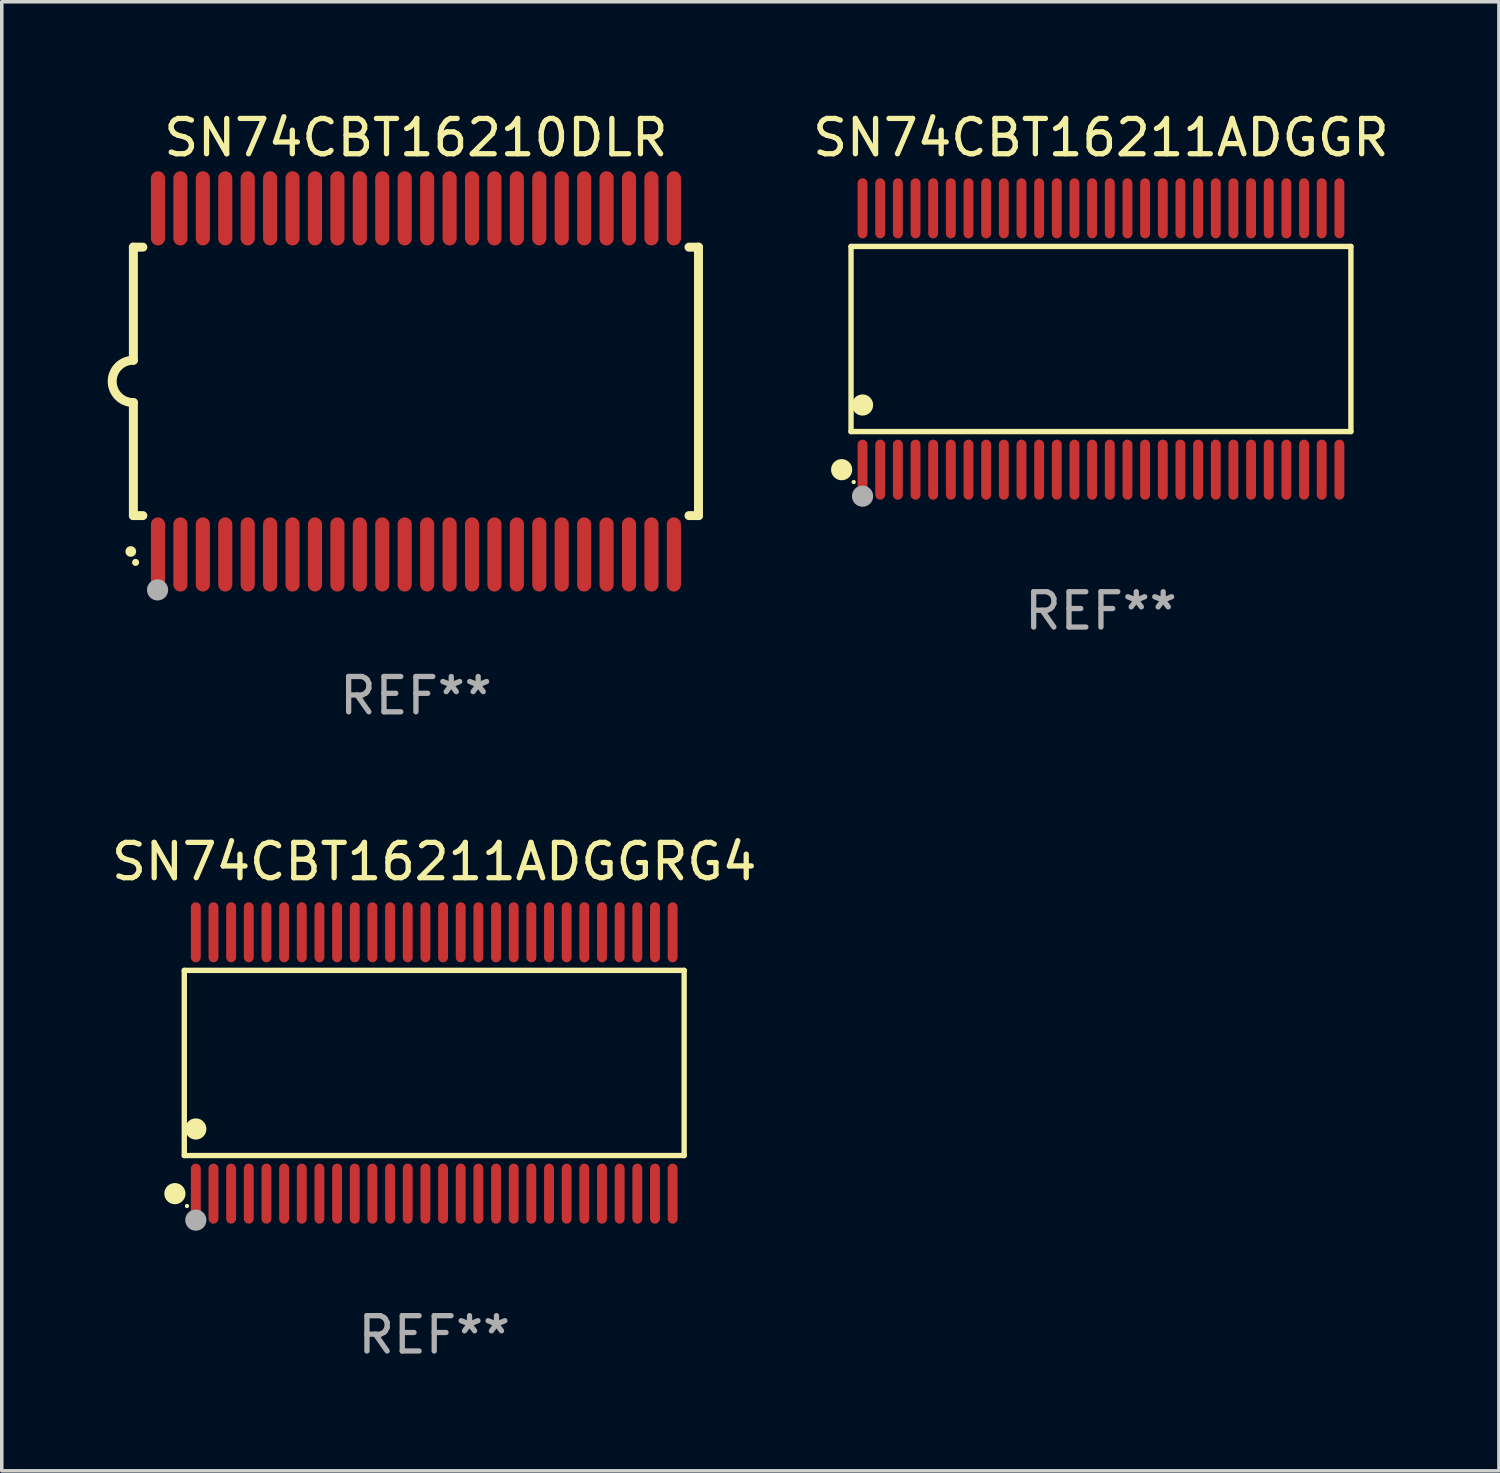
<source format=kicad_pcb>
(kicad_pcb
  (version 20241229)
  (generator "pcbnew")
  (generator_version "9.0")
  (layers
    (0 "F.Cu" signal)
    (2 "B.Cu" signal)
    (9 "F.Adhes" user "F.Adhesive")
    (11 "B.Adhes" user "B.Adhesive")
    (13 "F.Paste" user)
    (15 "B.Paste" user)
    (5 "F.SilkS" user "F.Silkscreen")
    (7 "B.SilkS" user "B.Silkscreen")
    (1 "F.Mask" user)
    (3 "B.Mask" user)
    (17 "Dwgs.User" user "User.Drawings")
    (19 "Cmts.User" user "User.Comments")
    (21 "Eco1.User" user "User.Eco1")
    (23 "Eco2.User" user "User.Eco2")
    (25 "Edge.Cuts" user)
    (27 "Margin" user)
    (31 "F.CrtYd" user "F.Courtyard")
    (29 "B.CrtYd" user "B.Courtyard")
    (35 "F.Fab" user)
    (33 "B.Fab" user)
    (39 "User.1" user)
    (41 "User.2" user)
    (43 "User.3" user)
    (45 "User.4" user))
  (footprint "SN74CBT16211ADGGRG4"
    (layer "F.Cu")
    (at 9.244 27.045)
    (property "Reference" "SN74CBT16211ADGGRG4" (at 0 -5.7 0) (layer "F.SilkS") (effects (font (size 1 1) (thickness 0.15))))
    (attr through_hole)
    (fp_line (start -7.076 -2.621) (end 7.076 -2.621) (stroke (width 0.152) (type solid)) (layer "F.SilkS"))
    (fp_line (start -7.076 2.621) (end -7.076 -2.621) (stroke (width 0.152) (type solid)) (layer "F.SilkS"))
    (fp_line (start 7.076 -2.621) (end 7.076 2.621) (stroke (width 0.152) (type solid)) (layer "F.SilkS"))
    (fp_line (start 7.076 2.621) (end -7.076 2.621) (stroke (width 0.152) (type solid)) (layer "F.SilkS"))
    (fp_circle (center -7.342 3.7) (end -7.192 3.7) (stroke (width 0.3) (type solid)) (fill no) (layer "F.SilkS"))
    (fp_circle (center -7 4.05) (end -6.97 4.05) (stroke (width 0.06) (type solid)) (fill no) (layer "F.SilkS"))
    (fp_circle (center -6.75 1.869) (end -6.6 1.869) (stroke (width 0.3) (type solid)) (fill no) (layer "F.SilkS"))
    (fp_circle (center -6.75 4.45) (end -6.6 4.45) (stroke (width 0.3) (type solid)) (fill no) (layer "F.Fab"))
    (fp_text user "REF**" (at 0 7.7 0) (layer "F.Fab") (effects (font (size 1 1) (thickness 0.15))))
    (pad "1" smd oval (at -6.75 3.7) (size 0.28 1.7) (layers "F.Cu" "F.Mask" "F.Paste"))
    (pad "2" smd oval (at -6.25 3.7) (size 0.28 1.7) (layers "F.Cu" "F.Mask" "F.Paste"))
    (pad "3" smd oval (at -5.75 3.7) (size 0.28 1.7) (layers "F.Cu" "F.Mask" "F.Paste"))
    (pad "4" smd oval (at -5.25 3.7) (size 0.28 1.7) (layers "F.Cu" "F.Mask" "F.Paste"))
    (pad "5" smd oval (at -4.75 3.7) (size 0.28 1.7) (layers "F.Cu" "F.Mask" "F.Paste"))
    (pad "6" smd oval (at -4.25 3.7) (size 0.28 1.7) (layers "F.Cu" "F.Mask" "F.Paste"))
    (pad "7" smd oval (at -3.75 3.7) (size 0.28 1.7) (layers "F.Cu" "F.Mask" "F.Paste"))
    (pad "8" smd oval (at -3.25 3.7) (size 0.28 1.7) (layers "F.Cu" "F.Mask" "F.Paste"))
    (pad "9" smd oval (at -2.75 3.7) (size 0.28 1.7) (layers "F.Cu" "F.Mask" "F.Paste"))
    (pad "10" smd oval (at -2.25 3.7) (size 0.28 1.7) (layers "F.Cu" "F.Mask" "F.Paste"))
    (pad "11" smd oval (at -1.75 3.7) (size 0.28 1.7) (layers "F.Cu" "F.Mask" "F.Paste"))
    (pad "12" smd oval (at -1.25 3.7) (size 0.28 1.7) (layers "F.Cu" "F.Mask" "F.Paste"))
    (pad "13" smd oval (at -0.75 3.7) (size 0.28 1.7) (layers "F.Cu" "F.Mask" "F.Paste"))
    (pad "14" smd oval (at -0.25 3.7) (size 0.28 1.7) (layers "F.Cu" "F.Mask" "F.Paste"))
    (pad "15" smd oval (at 0.25 3.7) (size 0.28 1.7) (layers "F.Cu" "F.Mask" "F.Paste"))
    (pad "16" smd oval (at 0.75 3.7) (size 0.28 1.7) (layers "F.Cu" "F.Mask" "F.Paste"))
    (pad "17" smd oval (at 1.25 3.7) (size 0.28 1.7) (layers "F.Cu" "F.Mask" "F.Paste"))
    (pad "18" smd oval (at 1.75 3.7) (size 0.28 1.7) (layers "F.Cu" "F.Mask" "F.Paste"))
    (pad "19" smd oval (at 2.25 3.7) (size 0.28 1.7) (layers "F.Cu" "F.Mask" "F.Paste"))
    (pad "20" smd oval (at 2.75 3.7) (size 0.28 1.7) (layers "F.Cu" "F.Mask" "F.Paste"))
    (pad "21" smd oval (at 3.25 3.7) (size 0.28 1.7) (layers "F.Cu" "F.Mask" "F.Paste"))
    (pad "22" smd oval (at 3.75 3.7) (size 0.28 1.7) (layers "F.Cu" "F.Mask" "F.Paste"))
    (pad "23" smd oval (at 4.25 3.7) (size 0.28 1.7) (layers "F.Cu" "F.Mask" "F.Paste"))
    (pad "24" smd oval (at 4.75 3.7) (size 0.28 1.7) (layers "F.Cu" "F.Mask" "F.Paste"))
    (pad "25" smd oval (at 5.25 3.7) (size 0.28 1.7) (layers "F.Cu" "F.Mask" "F.Paste"))
    (pad "26" smd oval (at 5.75 3.7) (size 0.28 1.7) (layers "F.Cu" "F.Mask" "F.Paste"))
    (pad "27" smd oval (at 6.25 3.7) (size 0.28 1.7) (layers "F.Cu" "F.Mask" "F.Paste"))
    (pad "28" smd oval (at 6.75 3.7) (size 0.28 1.7) (layers "F.Cu" "F.Mask" "F.Paste"))
    (pad "29" smd oval (at 6.75 -3.7) (size 0.28 1.7) (layers "F.Cu" "F.Mask" "F.Paste"))
    (pad "30" smd oval (at 6.25 -3.7) (size 0.28 1.7) (layers "F.Cu" "F.Mask" "F.Paste"))
    (pad "31" smd oval (at 5.75 -3.7) (size 0.28 1.7) (layers "F.Cu" "F.Mask" "F.Paste"))
    (pad "32" smd oval (at 5.25 -3.7) (size 0.28 1.7) (layers "F.Cu" "F.Mask" "F.Paste"))
    (pad "33" smd oval (at 4.75 -3.7) (size 0.28 1.7) (layers "F.Cu" "F.Mask" "F.Paste"))
    (pad "34" smd oval (at 4.25 -3.7) (size 0.28 1.7) (layers "F.Cu" "F.Mask" "F.Paste"))
    (pad "35" smd oval (at 3.75 -3.7) (size 0.28 1.7) (layers "F.Cu" "F.Mask" "F.Paste"))
    (pad "36" smd oval (at 3.25 -3.7) (size 0.28 1.7) (layers "F.Cu" "F.Mask" "F.Paste"))
    (pad "37" smd oval (at 2.75 -3.7) (size 0.28 1.7) (layers "F.Cu" "F.Mask" "F.Paste"))
    (pad "38" smd oval (at 2.25 -3.7) (size 0.28 1.7) (layers "F.Cu" "F.Mask" "F.Paste"))
    (pad "39" smd oval (at 1.75 -3.7) (size 0.28 1.7) (layers "F.Cu" "F.Mask" "F.Paste"))
    (pad "40" smd oval (at 1.25 -3.7) (size 0.28 1.7) (layers "F.Cu" "F.Mask" "F.Paste"))
    (pad "41" smd oval (at 0.75 -3.7) (size 0.28 1.7) (layers "F.Cu" "F.Mask" "F.Paste"))
    (pad "42" smd oval (at 0.25 -3.7) (size 0.28 1.7) (layers "F.Cu" "F.Mask" "F.Paste"))
    (pad "43" smd oval (at -0.25 -3.7) (size 0.28 1.7) (layers "F.Cu" "F.Mask" "F.Paste"))
    (pad "44" smd oval (at -0.75 -3.7) (size 0.28 1.7) (layers "F.Cu" "F.Mask" "F.Paste"))
    (pad "45" smd oval (at -1.25 -3.7) (size 0.28 1.7) (layers "F.Cu" "F.Mask" "F.Paste"))
    (pad "46" smd oval (at -1.75 -3.7) (size 0.28 1.7) (layers "F.Cu" "F.Mask" "F.Paste"))
    (pad "47" smd oval (at -2.25 -3.7) (size 0.28 1.7) (layers "F.Cu" "F.Mask" "F.Paste"))
    (pad "48" smd oval (at -2.75 -3.7) (size 0.28 1.7) (layers "F.Cu" "F.Mask" "F.Paste"))
    (pad "49" smd oval (at -3.25 -3.7) (size 0.28 1.7) (layers "F.Cu" "F.Mask" "F.Paste"))
    (pad "50" smd oval (at -3.75 -3.7) (size 0.28 1.7) (layers "F.Cu" "F.Mask" "F.Paste"))
    (pad "51" smd oval (at -4.25 -3.7) (size 0.28 1.7) (layers "F.Cu" "F.Mask" "F.Paste"))
    (pad "52" smd oval (at -4.75 -3.7) (size 0.28 1.7) (layers "F.Cu" "F.Mask" "F.Paste"))
    (pad "53" smd oval (at -5.25 -3.7) (size 0.28 1.7) (layers "F.Cu" "F.Mask" "F.Paste"))
    (pad "54" smd oval (at -5.75 -3.7) (size 0.28 1.7) (layers "F.Cu" "F.Mask" "F.Paste"))
    (pad "55" smd oval (at -6.25 -3.7) (size 0.28 1.7) (layers "F.Cu" "F.Mask" "F.Paste"))
    (pad "56" smd oval (at -6.75 -3.7) (size 0.28 1.7) (layers "F.Cu" "F.Mask" "F.Paste")))
  (footprint "SN74CBT16210DLR"
    (layer "F.Cu")
    (at 8.726 7.748)
    (property "Reference" "SN74CBT16210DLR" (at 0 -6.9 0) (layer "F.SilkS") (effects (font (size 1 1) (thickness 0.15))))
    (attr through_hole)
    (fp_line (start -8 -3.8) (end -8 -0.599) (stroke (width 0.254) (type solid)) (layer "F.SilkS"))
    (fp_line (start -8 -3.8) (end -7.731 -3.8) (stroke (width 0.254) (type solid)) (layer "F.SilkS"))
    (fp_line (start -8 3.8) (end -8 0.599) (stroke (width 0.254) (type solid)) (layer "F.SilkS"))
    (fp_line (start -7.731 3.8) (end -8 3.8) (stroke (width 0.254) (type solid)) (layer "F.SilkS"))
    (fp_line (start 7.731 -3.8) (end 8 -3.8) (stroke (width 0.254) (type solid)) (layer "F.SilkS"))
    (fp_line (start 8 -3.8) (end 8 3.8) (stroke (width 0.254) (type solid)) (layer "F.SilkS"))
    (fp_line (start 8 3.8) (end 7.731 3.8) (stroke (width 0.254) (type solid)) (layer "F.SilkS"))
    (fp_arc (start -8.074676 4.81585) (mid -8.073406 4.815845) (end -8.072136 4.81585) (stroke (width 0.3) (type solid)) (layer "F.SilkS"))
    (fp_arc (start -8.000025 0.6) (mid -8.598908 0.00056) (end -8.000027 -0.598882) (stroke (width 0.254001) (type solid)) (layer "F.SilkS"))
    (fp_circle (center -7.937 5.125) (end -7.887 5.125) (stroke (width 0.1) (type solid)) (fill no) (layer "F.SilkS"))
    (fp_circle (center -7.315 5.903) (end -7.165 5.903) (stroke (width 0.3) (type solid)) (fill no) (layer "F.Fab"))
    (fp_text user "REF**" (at 0 8.9 0) (layer "F.Fab") (effects (font (size 1 1) (thickness 0.15))))
    (pad "1" smd oval (at -7.303 4.9) (size 0.4 2.1) (layers "F.Cu" "F.Mask" "F.Paste"))
    (pad "2" smd oval (at -6.668 4.9) (size 0.4 2.1) (layers "F.Cu" "F.Mask" "F.Paste"))
    (pad "3" smd oval (at -6.033 4.9) (size 0.4 2.1) (layers "F.Cu" "F.Mask" "F.Paste"))
    (pad "4" smd oval (at -5.398 4.9) (size 0.4 2.1) (layers "F.Cu" "F.Mask" "F.Paste"))
    (pad "5" smd oval (at -4.763 4.9) (size 0.4 2.1) (layers "F.Cu" "F.Mask" "F.Paste"))
    (pad "6" smd oval (at -4.128 4.9) (size 0.4 2.1) (layers "F.Cu" "F.Mask" "F.Paste"))
    (pad "7" smd oval (at -3.493 4.9) (size 0.4 2.1) (layers "F.Cu" "F.Mask" "F.Paste"))
    (pad "8" smd oval (at -2.858 4.9) (size 0.4 2.1) (layers "F.Cu" "F.Mask" "F.Paste"))
    (pad "9" smd oval (at -2.223 4.9) (size 0.4 2.1) (layers "F.Cu" "F.Mask" "F.Paste"))
    (pad "10" smd oval (at -1.588 4.9) (size 0.4 2.1) (layers "F.Cu" "F.Mask" "F.Paste"))
    (pad "11" smd oval (at -0.953 4.9) (size 0.4 2.1) (layers "F.Cu" "F.Mask" "F.Paste"))
    (pad "12" smd oval (at -0.318 4.9) (size 0.4 2.1) (layers "F.Cu" "F.Mask" "F.Paste"))
    (pad "13" smd oval (at 0.318 4.9) (size 0.4 2.1) (layers "F.Cu" "F.Mask" "F.Paste"))
    (pad "14" smd oval (at 0.953 4.9) (size 0.4 2.1) (layers "F.Cu" "F.Mask" "F.Paste"))
    (pad "15" smd oval (at 1.588 4.9) (size 0.4 2.1) (layers "F.Cu" "F.Mask" "F.Paste"))
    (pad "16" smd oval (at 2.223 4.9) (size 0.4 2.1) (layers "F.Cu" "F.Mask" "F.Paste"))
    (pad "17" smd oval (at 2.858 4.9) (size 0.4 2.1) (layers "F.Cu" "F.Mask" "F.Paste"))
    (pad "18" smd oval (at 3.493 4.9) (size 0.4 2.1) (layers "F.Cu" "F.Mask" "F.Paste"))
    (pad "19" smd oval (at 4.128 4.9) (size 0.4 2.1) (layers "F.Cu" "F.Mask" "F.Paste"))
    (pad "20" smd oval (at 4.763 4.9) (size 0.4 2.1) (layers "F.Cu" "F.Mask" "F.Paste"))
    (pad "21" smd oval (at 5.398 4.9) (size 0.4 2.1) (layers "F.Cu" "F.Mask" "F.Paste"))
    (pad "22" smd oval (at 6.033 4.9) (size 0.4 2.1) (layers "F.Cu" "F.Mask" "F.Paste"))
    (pad "23" smd oval (at 6.668 4.9) (size 0.4 2.1) (layers "F.Cu" "F.Mask" "F.Paste"))
    (pad "24" smd oval (at 7.303 4.9) (size 0.4 2.1) (layers "F.Cu" "F.Mask" "F.Paste"))
    (pad "25" smd oval (at 7.303 -4.9 180) (size 0.4 2.1) (layers "F.Cu" "F.Mask" "F.Paste"))
    (pad "26" smd oval (at 6.668 -4.9 180) (size 0.4 2.1) (layers "F.Cu" "F.Mask" "F.Paste"))
    (pad "27" smd oval (at 6.033 -4.9 180) (size 0.4 2.1) (layers "F.Cu" "F.Mask" "F.Paste"))
    (pad "28" smd oval (at 5.398 -4.9 180) (size 0.4 2.1) (layers "F.Cu" "F.Mask" "F.Paste"))
    (pad "29" smd oval (at 4.763 -4.9 180) (size 0.4 2.1) (layers "F.Cu" "F.Mask" "F.Paste"))
    (pad "30" smd oval (at 4.128 -4.9 180) (size 0.4 2.1) (layers "F.Cu" "F.Mask" "F.Paste"))
    (pad "31" smd oval (at 3.493 -4.9 180) (size 0.4 2.1) (layers "F.Cu" "F.Mask" "F.Paste"))
    (pad "32" smd oval (at 2.858 -4.9 180) (size 0.4 2.1) (layers "F.Cu" "F.Mask" "F.Paste"))
    (pad "33" smd oval (at 2.223 -4.9 180) (size 0.4 2.1) (layers "F.Cu" "F.Mask" "F.Paste"))
    (pad "34" smd oval (at 1.588 -4.9 180) (size 0.4 2.1) (layers "F.Cu" "F.Mask" "F.Paste"))
    (pad "35" smd oval (at 0.953 -4.9 180) (size 0.4 2.1) (layers "F.Cu" "F.Mask" "F.Paste"))
    (pad "36" smd oval (at 0.318 -4.9 180) (size 0.4 2.1) (layers "F.Cu" "F.Mask" "F.Paste"))
    (pad "37" smd oval (at -0.318 -4.9 180) (size 0.4 2.1) (layers "F.Cu" "F.Mask" "F.Paste"))
    (pad "38" smd oval (at -0.953 -4.9 180) (size 0.4 2.1) (layers "F.Cu" "F.Mask" "F.Paste"))
    (pad "39" smd oval (at -1.588 -4.9 180) (size 0.4 2.1) (layers "F.Cu" "F.Mask" "F.Paste"))
    (pad "40" smd oval (at -2.223 -4.9 180) (size 0.4 2.1) (layers "F.Cu" "F.Mask" "F.Paste"))
    (pad "41" smd oval (at -2.858 -4.9 180) (size 0.4 2.1) (layers "F.Cu" "F.Mask" "F.Paste"))
    (pad "42" smd oval (at -3.493 -4.9 180) (size 0.4 2.1) (layers "F.Cu" "F.Mask" "F.Paste"))
    (pad "43" smd oval (at -4.128 -4.9 180) (size 0.4 2.1) (layers "F.Cu" "F.Mask" "F.Paste"))
    (pad "44" smd oval (at -4.763 -4.9 180) (size 0.4 2.1) (layers "F.Cu" "F.Mask" "F.Paste"))
    (pad "45" smd oval (at -5.398 -4.9 180) (size 0.4 2.1) (layers "F.Cu" "F.Mask" "F.Paste"))
    (pad "46" smd oval (at -6.033 -4.9 180) (size 0.4 2.1) (layers "F.Cu" "F.Mask" "F.Paste"))
    (pad "47" smd oval (at -6.668 -4.9 180) (size 0.4 2.1) (layers "F.Cu" "F.Mask" "F.Paste"))
    (pad "48" smd oval (at -7.303 -4.9 180) (size 0.4 2.1) (layers "F.Cu" "F.Mask" "F.Paste")))
  (footprint "SN74CBT16211ADGGR"
    (layer "F.Cu")
    (at 28.121 6.548)
    (property "Reference" "SN74CBT16211ADGGR" (at 0 -5.7 0) (layer "F.SilkS") (effects (font (size 1 1) (thickness 0.15))))
    (attr through_hole)
    (fp_line (start -7.076 -2.621) (end 7.076 -2.621) (stroke (width 0.152) (type solid)) (layer "F.SilkS"))
    (fp_line (start -7.076 2.621) (end -7.076 -2.621) (stroke (width 0.152) (type solid)) (layer "F.SilkS"))
    (fp_line (start 7.076 -2.621) (end 7.076 2.621) (stroke (width 0.152) (type solid)) (layer "F.SilkS"))
    (fp_line (start 7.076 2.621) (end -7.076 2.621) (stroke (width 0.152) (type solid)) (layer "F.SilkS"))
    (fp_circle (center -7.342 3.7) (end -7.192 3.7) (stroke (width 0.3) (type solid)) (fill no) (layer "F.SilkS"))
    (fp_circle (center -7 4.05) (end -6.97 4.05) (stroke (width 0.06) (type solid)) (fill no) (layer "F.SilkS"))
    (fp_circle (center -6.75 1.869) (end -6.6 1.869) (stroke (width 0.3) (type solid)) (fill no) (layer "F.SilkS"))
    (fp_circle (center -6.75 4.45) (end -6.6 4.45) (stroke (width 0.3) (type solid)) (fill no) (layer "F.Fab"))
    (fp_text user "REF**" (at 0 7.7 0) (layer "F.Fab") (effects (font (size 1 1) (thickness 0.15))))
    (pad "1" smd oval (at -6.75 3.7) (size 0.28 1.7) (layers "F.Cu" "F.Mask" "F.Paste"))
    (pad "2" smd oval (at -6.25 3.7) (size 0.28 1.7) (layers "F.Cu" "F.Mask" "F.Paste"))
    (pad "3" smd oval (at -5.75 3.7) (size 0.28 1.7) (layers "F.Cu" "F.Mask" "F.Paste"))
    (pad "4" smd oval (at -5.25 3.7) (size 0.28 1.7) (layers "F.Cu" "F.Mask" "F.Paste"))
    (pad "5" smd oval (at -4.75 3.7) (size 0.28 1.7) (layers "F.Cu" "F.Mask" "F.Paste"))
    (pad "6" smd oval (at -4.25 3.7) (size 0.28 1.7) (layers "F.Cu" "F.Mask" "F.Paste"))
    (pad "7" smd oval (at -3.75 3.7) (size 0.28 1.7) (layers "F.Cu" "F.Mask" "F.Paste"))
    (pad "8" smd oval (at -3.25 3.7) (size 0.28 1.7) (layers "F.Cu" "F.Mask" "F.Paste"))
    (pad "9" smd oval (at -2.75 3.7) (size 0.28 1.7) (layers "F.Cu" "F.Mask" "F.Paste"))
    (pad "10" smd oval (at -2.25 3.7) (size 0.28 1.7) (layers "F.Cu" "F.Mask" "F.Paste"))
    (pad "11" smd oval (at -1.75 3.7) (size 0.28 1.7) (layers "F.Cu" "F.Mask" "F.Paste"))
    (pad "12" smd oval (at -1.25 3.7) (size 0.28 1.7) (layers "F.Cu" "F.Mask" "F.Paste"))
    (pad "13" smd oval (at -0.75 3.7) (size 0.28 1.7) (layers "F.Cu" "F.Mask" "F.Paste"))
    (pad "14" smd oval (at -0.25 3.7) (size 0.28 1.7) (layers "F.Cu" "F.Mask" "F.Paste"))
    (pad "15" smd oval (at 0.25 3.7) (size 0.28 1.7) (layers "F.Cu" "F.Mask" "F.Paste"))
    (pad "16" smd oval (at 0.75 3.7) (size 0.28 1.7) (layers "F.Cu" "F.Mask" "F.Paste"))
    (pad "17" smd oval (at 1.25 3.7) (size 0.28 1.7) (layers "F.Cu" "F.Mask" "F.Paste"))
    (pad "18" smd oval (at 1.75 3.7) (size 0.28 1.7) (layers "F.Cu" "F.Mask" "F.Paste"))
    (pad "19" smd oval (at 2.25 3.7) (size 0.28 1.7) (layers "F.Cu" "F.Mask" "F.Paste"))
    (pad "20" smd oval (at 2.75 3.7) (size 0.28 1.7) (layers "F.Cu" "F.Mask" "F.Paste"))
    (pad "21" smd oval (at 3.25 3.7) (size 0.28 1.7) (layers "F.Cu" "F.Mask" "F.Paste"))
    (pad "22" smd oval (at 3.75 3.7) (size 0.28 1.7) (layers "F.Cu" "F.Mask" "F.Paste"))
    (pad "23" smd oval (at 4.25 3.7) (size 0.28 1.7) (layers "F.Cu" "F.Mask" "F.Paste"))
    (pad "24" smd oval (at 4.75 3.7) (size 0.28 1.7) (layers "F.Cu" "F.Mask" "F.Paste"))
    (pad "25" smd oval (at 5.25 3.7) (size 0.28 1.7) (layers "F.Cu" "F.Mask" "F.Paste"))
    (pad "26" smd oval (at 5.75 3.7) (size 0.28 1.7) (layers "F.Cu" "F.Mask" "F.Paste"))
    (pad "27" smd oval (at 6.25 3.7) (size 0.28 1.7) (layers "F.Cu" "F.Mask" "F.Paste"))
    (pad "28" smd oval (at 6.75 3.7) (size 0.28 1.7) (layers "F.Cu" "F.Mask" "F.Paste"))
    (pad "29" smd oval (at 6.75 -3.7) (size 0.28 1.7) (layers "F.Cu" "F.Mask" "F.Paste"))
    (pad "30" smd oval (at 6.25 -3.7) (size 0.28 1.7) (layers "F.Cu" "F.Mask" "F.Paste"))
    (pad "31" smd oval (at 5.75 -3.7) (size 0.28 1.7) (layers "F.Cu" "F.Mask" "F.Paste"))
    (pad "32" smd oval (at 5.25 -3.7) (size 0.28 1.7) (layers "F.Cu" "F.Mask" "F.Paste"))
    (pad "33" smd oval (at 4.75 -3.7) (size 0.28 1.7) (layers "F.Cu" "F.Mask" "F.Paste"))
    (pad "34" smd oval (at 4.25 -3.7) (size 0.28 1.7) (layers "F.Cu" "F.Mask" "F.Paste"))
    (pad "35" smd oval (at 3.75 -3.7) (size 0.28 1.7) (layers "F.Cu" "F.Mask" "F.Paste"))
    (pad "36" smd oval (at 3.25 -3.7) (size 0.28 1.7) (layers "F.Cu" "F.Mask" "F.Paste"))
    (pad "37" smd oval (at 2.75 -3.7) (size 0.28 1.7) (layers "F.Cu" "F.Mask" "F.Paste"))
    (pad "38" smd oval (at 2.25 -3.7) (size 0.28 1.7) (layers "F.Cu" "F.Mask" "F.Paste"))
    (pad "39" smd oval (at 1.75 -3.7) (size 0.28 1.7) (layers "F.Cu" "F.Mask" "F.Paste"))
    (pad "40" smd oval (at 1.25 -3.7) (size 0.28 1.7) (layers "F.Cu" "F.Mask" "F.Paste"))
    (pad "41" smd oval (at 0.75 -3.7) (size 0.28 1.7) (layers "F.Cu" "F.Mask" "F.Paste"))
    (pad "42" smd oval (at 0.25 -3.7) (size 0.28 1.7) (layers "F.Cu" "F.Mask" "F.Paste"))
    (pad "43" smd oval (at -0.25 -3.7) (size 0.28 1.7) (layers "F.Cu" "F.Mask" "F.Paste"))
    (pad "44" smd oval (at -0.75 -3.7) (size 0.28 1.7) (layers "F.Cu" "F.Mask" "F.Paste"))
    (pad "45" smd oval (at -1.25 -3.7) (size 0.28 1.7) (layers "F.Cu" "F.Mask" "F.Paste"))
    (pad "46" smd oval (at -1.75 -3.7) (size 0.28 1.7) (layers "F.Cu" "F.Mask" "F.Paste"))
    (pad "47" smd oval (at -2.25 -3.7) (size 0.28 1.7) (layers "F.Cu" "F.Mask" "F.Paste"))
    (pad "48" smd oval (at -2.75 -3.7) (size 0.28 1.7) (layers "F.Cu" "F.Mask" "F.Paste"))
    (pad "49" smd oval (at -3.25 -3.7) (size 0.28 1.7) (layers "F.Cu" "F.Mask" "F.Paste"))
    (pad "50" smd oval (at -3.75 -3.7) (size 0.28 1.7) (layers "F.Cu" "F.Mask" "F.Paste"))
    (pad "51" smd oval (at -4.25 -3.7) (size 0.28 1.7) (layers "F.Cu" "F.Mask" "F.Paste"))
    (pad "52" smd oval (at -4.75 -3.7) (size 0.28 1.7) (layers "F.Cu" "F.Mask" "F.Paste"))
    (pad "53" smd oval (at -5.25 -3.7) (size 0.28 1.7) (layers "F.Cu" "F.Mask" "F.Paste"))
    (pad "54" smd oval (at -5.75 -3.7) (size 0.28 1.7) (layers "F.Cu" "F.Mask" "F.Paste"))
    (pad "55" smd oval (at -6.25 -3.7) (size 0.28 1.7) (layers "F.Cu" "F.Mask" "F.Paste"))
    (pad "56" smd oval (at -6.75 -3.7) (size 0.28 1.7) (layers "F.Cu" "F.Mask" "F.Paste")))
  (gr_rect
    (start -3 -3)
    (end 39.389 38.593)
    (stroke (width 0.1) (type default))
    (fill no)
    (layer "Edge.Cuts")))
</source>
